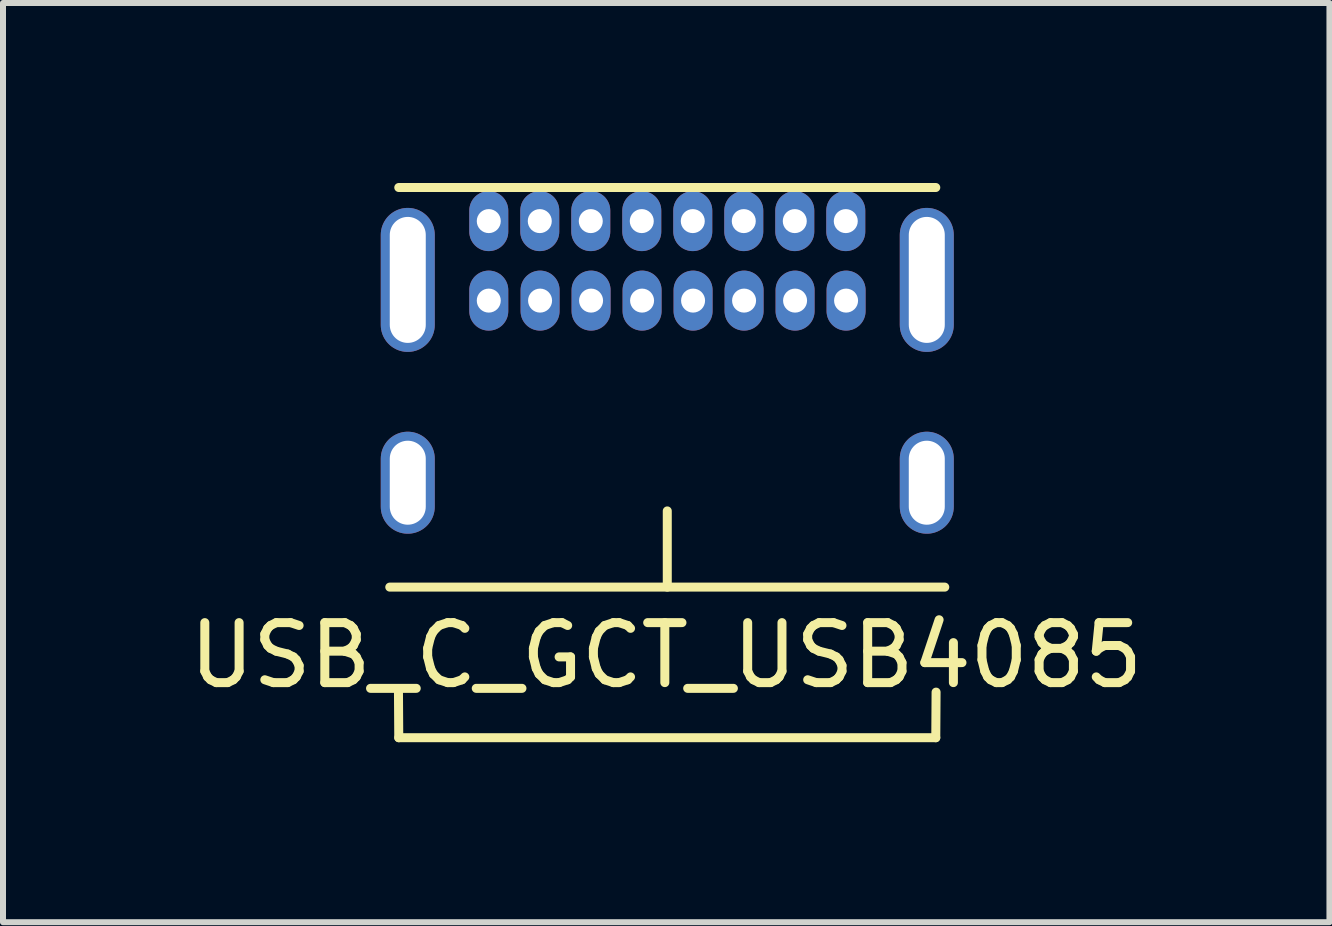
<source format=kicad_pcb>
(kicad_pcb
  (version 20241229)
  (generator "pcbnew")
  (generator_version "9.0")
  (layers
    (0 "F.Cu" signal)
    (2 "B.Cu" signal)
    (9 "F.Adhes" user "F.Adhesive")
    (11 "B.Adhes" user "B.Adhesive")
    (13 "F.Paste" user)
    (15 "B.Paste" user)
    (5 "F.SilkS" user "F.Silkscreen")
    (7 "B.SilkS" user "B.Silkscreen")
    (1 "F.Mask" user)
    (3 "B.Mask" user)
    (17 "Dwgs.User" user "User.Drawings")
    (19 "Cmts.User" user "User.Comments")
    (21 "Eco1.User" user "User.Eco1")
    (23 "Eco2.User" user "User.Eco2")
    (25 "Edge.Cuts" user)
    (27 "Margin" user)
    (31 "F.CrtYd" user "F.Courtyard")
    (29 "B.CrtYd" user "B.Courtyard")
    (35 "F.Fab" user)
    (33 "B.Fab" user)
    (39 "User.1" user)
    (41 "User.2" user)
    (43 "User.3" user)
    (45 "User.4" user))
  (footprint "USB_C_GCT_USB4085"
    (layer "F.Cu")
    (at 8.071 6.735)
    (property "Reference" "USB_C_GCT_USB4085" (at -0.017 1.137 180) (layer "F.SilkS") (effects (font (size 1 1) (thickness 0.15))))
    (attr through_hole)
    (fp_line (start -4.625 0) (end 4.625 0) (stroke (width 0.15) (type solid)) (layer "F.SilkS"))
    (fp_line (start -4.475 -6.66) (end 4.475 -6.66) (stroke (width 0.15) (type solid)) (layer "F.SilkS"))
    (fp_line (start -4.475 2.51) (end -4.48 1.75) (stroke (width 0.15) (type solid)) (layer "F.SilkS"))
    (fp_line (start -4.475 2.51) (end 4.475 2.51) (stroke (width 0.15) (type solid)) (layer "F.SilkS"))
    (fp_line (start 0 0) (end 0 -1.27) (stroke (width 0.15) (type solid)) (layer "F.SilkS"))
    (fp_line (start 4.48 1.75) (end 4.475 2.51) (stroke (width 0.15) (type solid)) (layer "F.SilkS"))
    (pad "A1" thru_hole oval (at -2.975 -6.1) (size 0.65 1) (drill 0.4) (layers "*.Cu" "*.Mask"))
    (pad "A4" thru_hole oval (at -2.125 -6.1) (size 0.65 1) (drill 0.4) (layers "*.Cu" "*.Mask"))
    (pad "A5" thru_hole oval (at -1.275 -6.1) (size 0.65 1) (drill 0.4) (layers "*.Cu" "*.Mask"))
    (pad "A6" thru_hole oval (at -0.425 -6.1) (size 0.65 1) (drill 0.4) (layers "*.Cu" "*.Mask"))
    (pad "A7" thru_hole oval (at 0.425 -6.1) (size 0.65 1) (drill 0.4) (layers "*.Cu" "*.Mask"))
    (pad "A8" thru_hole oval (at 1.275 -6.1) (size 0.65 1) (drill 0.4) (layers "*.Cu" "*.Mask"))
    (pad "A9" thru_hole oval (at 2.125 -6.1) (size 0.65 1) (drill 0.4) (layers "*.Cu" "*.Mask"))
    (pad "A12" thru_hole oval (at 2.975 -6.1) (size 0.65 1) (drill 0.4) (layers "*.Cu" "*.Mask"))
    (pad "B1" thru_hole oval (at 2.98 -4.775) (size 0.65 1) (drill 0.4) (layers "*.Cu" "*.Mask"))
    (pad "B4" thru_hole oval (at 2.13 -4.775) (size 0.65 1) (drill 0.4) (layers "*.Cu" "*.Mask"))
    (pad "B5" thru_hole oval (at 1.28 -4.775) (size 0.65 1) (drill 0.4) (layers "*.Cu" "*.Mask"))
    (pad "B6" thru_hole oval (at 0.43 -4.775) (size 0.65 1) (drill 0.4) (layers "*.Cu" "*.Mask"))
    (pad "B7" thru_hole oval (at -0.42 -4.775) (size 0.65 1) (drill 0.4) (layers "*.Cu" "*.Mask"))
    (pad "B8" thru_hole oval (at -1.27 -4.775) (size 0.65 1) (drill 0.4) (layers "*.Cu" "*.Mask"))
    (pad "B9" thru_hole oval (at -2.12 -4.775) (size 0.65 1) (drill 0.4) (layers "*.Cu" "*.Mask"))
    (pad "B12" thru_hole oval (at -2.975 -4.775) (size 0.65 1) (drill 0.4) (layers "*.Cu" "*.Mask"))
    (pad "S1" thru_hole oval (at -4.325 -5.12) (size 0.9 2.4) (drill oval 0.6 2.1) (layers "*.Cu" "*.Mask"))
    (pad "S1" thru_hole oval (at -4.325 -1.74) (size 0.9 1.7) (drill oval 0.6 1.4) (layers "*.Cu" "*.Mask"))
    (pad "S1" thru_hole oval (at 4.325 -5.12) (size 0.9 2.4) (drill oval 0.6 2.1) (layers "*.Cu" "*.Mask"))
    (pad "S1" thru_hole oval (at 4.325 -1.74) (size 0.9 1.7) (drill oval 0.6 1.4) (layers "*.Cu" "*.Mask")))
  (gr_rect
    (start -3 -3)
    (end 19.107 12.32)
    (stroke (width 0.1) (type default))
    (fill no)
    (layer "Edge.Cuts")))
</source>
